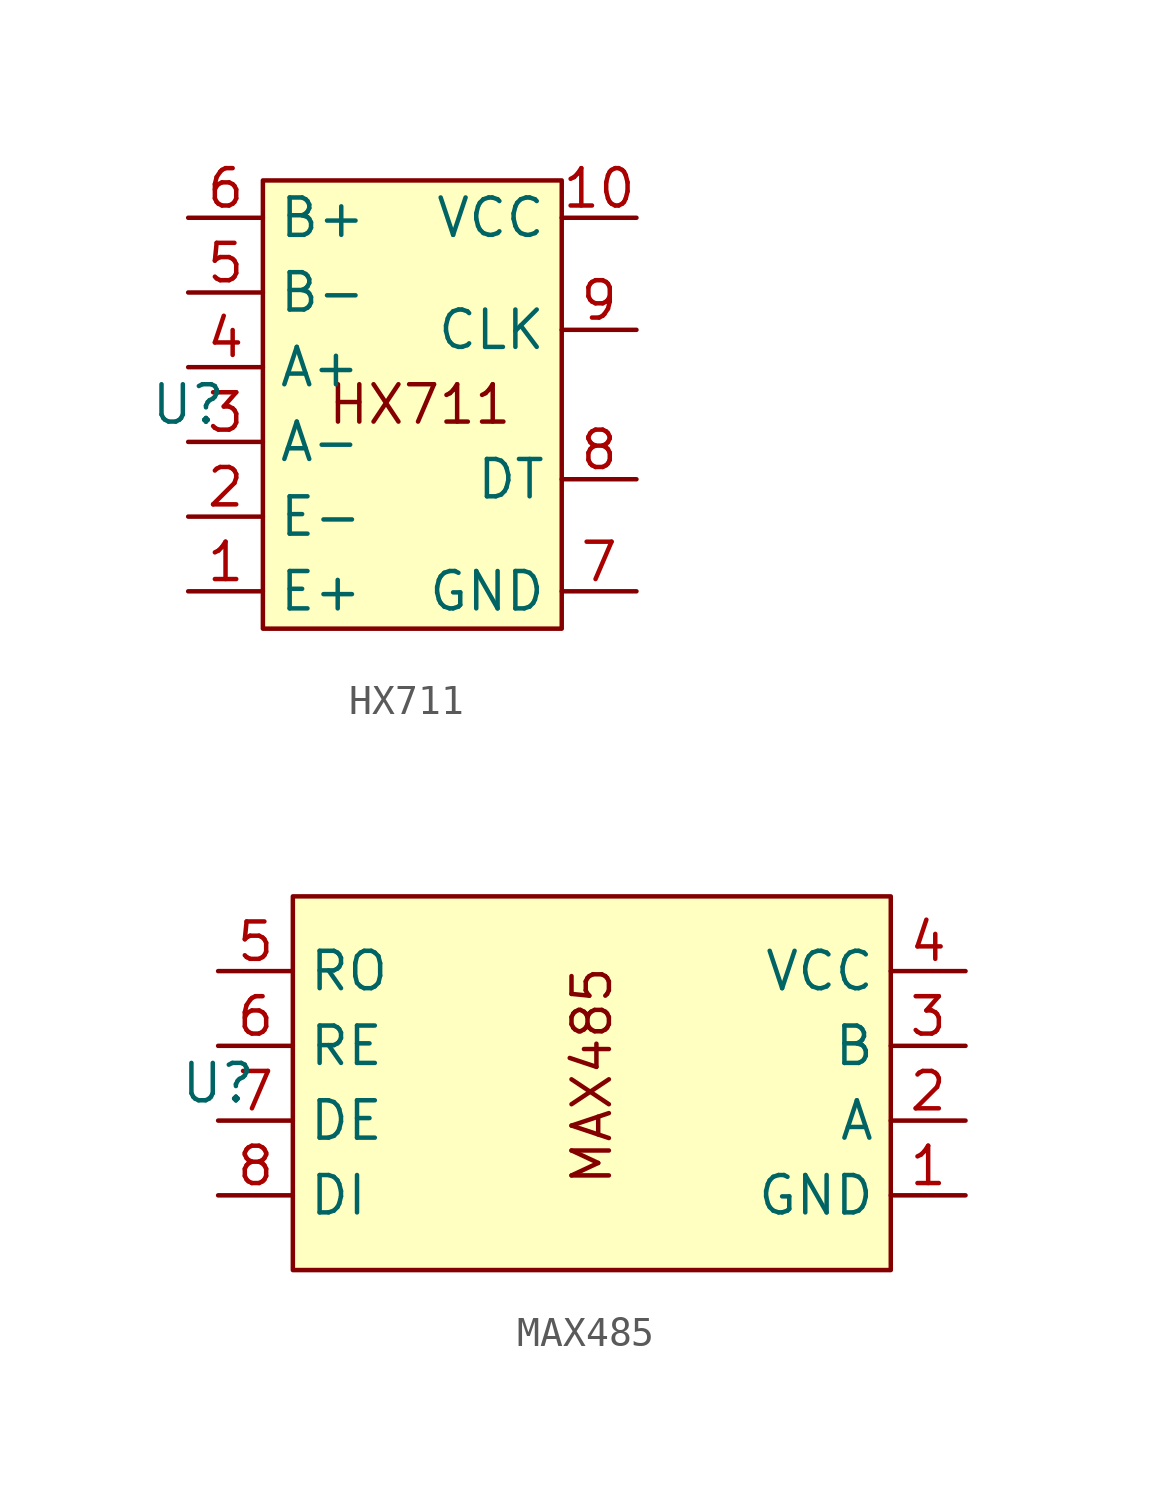
<source format=kicad_sym>
(kicad_symbol_lib
  (version 20241209)
  (generator "kicad_symbol_editor")
  (generator_version "9.0")
  (symbol "HX711"
    (property "Reference" "U"
      (at 0 0 0)
      (effects (font (size 1.27 1.27))))
    (property "Value" ""
      (at 0 0 0)
      (effects (font (size 1.27 1.27))))
    (symbol "HX711_1_1"
      (rectangle (start 2.54 7.62) (end 12.7 -7.62) (stroke (width 0) (type solid)) (fill (type background)))
      (text "HX711\n" (at 7.874 0 0) (effects (font (size 1.27 1.27))))
      (pin input line (at 0 6.35 0) (length 2.54) (name "B+" (effects (font (size 1.27 1.27)))) (number "6" (effects (font (size 1.27 1.27)))))
      (pin input line (at 0 3.81 0) (length 2.54) (name "B-" (effects (font (size 1.27 1.27)))) (number "5" (effects (font (size 1.27 1.27)))))
      (pin input line (at 0 1.27 0) (length 2.54) (name "A+" (effects (font (size 1.27 1.27)))) (number "4" (effects (font (size 1.27 1.27)))))
      (pin input line (at 0 -1.27 0) (length 2.54) (name "A-" (effects (font (size 1.27 1.27)))) (number "3" (effects (font (size 1.27 1.27)))))
      (pin input line (at 0 -3.81 0) (length 2.54) (name "E-" (effects (font (size 1.27 1.27)))) (number "2" (effects (font (size 1.27 1.27)))))
      (pin input line (at 0 -6.35 0) (length 2.54) (name "E+" (effects (font (size 1.27 1.27)))) (number "1" (effects (font (size 1.27 1.27)))))
      (pin power_in line (at 15.24 6.35 180) (length 2.54) (name "VCC" (effects (font (size 1.27 1.27)))) (number "10" (effects (font (size 1.27 1.27)))))
      (pin output line (at 15.24 2.54 180) (length 2.54) (name "CLK" (effects (font (size 1.27 1.27)))) (number "9" (effects (font (size 1.27 1.27)))))
      (pin output line (at 15.24 -2.54 180) (length 2.54) (name "DT" (effects (font (size 1.27 1.27)))) (number "8" (effects (font (size 1.27 1.27)))))
      (pin power_in line (at 15.24 -6.35 180) (length 2.54) (name "GND" (effects (font (size 1.27 1.27)))) (number "7" (effects (font (size 1.27 1.27)))))))
  (symbol "MAX485"
    (property "Reference" "U"
      (at 0 0 0)
      (effects (font (size 1.27 1.27))))
    (property "Value" ""
      (at 0 0 0)
      (effects (font (size 1.27 1.27))))
    (symbol "MAX485_1_1"
      (rectangle (start 2.54 6.35) (end 22.86 -6.35) (stroke (width 0) (type solid)) (fill (type background)))
      (text "MAX485" (at 12.7 0.254 900) (effects (font (size 1.27 1.27))))
      (pin power_in line (at 0 3.81 0) (length 2.54) (name "RO" (effects (font (size 1.27 1.27)))) (number "5" (effects (font (size 1.27 1.27)))))
      (pin power_in line (at 0 1.27 0) (length 2.54) (name "RE" (effects (font (size 1.27 1.27)))) (number "6" (effects (font (size 1.27 1.27)))))
      (pin power_in line (at 0 -1.27 0) (length 2.54) (name "DE" (effects (font (size 1.27 1.27)))) (number "7" (effects (font (size 1.27 1.27)))))
      (pin input line (at 0 -3.81 0) (length 2.54) (name "DI" (effects (font (size 1.27 1.27)))) (number "8" (effects (font (size 1.27 1.27)))))
      (pin power_in line (at 25.4 3.81 180) (length 2.54) (name "VCC" (effects (font (size 1.27 1.27)))) (number "4" (effects (font (size 1.27 1.27)))))
      (pin output line (at 25.4 1.27 180) (length 2.54) (name "B" (effects (font (size 1.27 1.27)))) (number "3" (effects (font (size 1.27 1.27)))))
      (pin output line (at 25.4 -1.27 180) (length 2.54) (name "A" (effects (font (size 1.27 1.27)))) (number "2" (effects (font (size 1.27 1.27)))))
      (pin power_in line (at 25.4 -3.81 180) (length 2.54) (name "GND" (effects (font (size 1.27 1.27)))) (number "1" (effects (font (size 1.27 1.27))))))))
</source>
